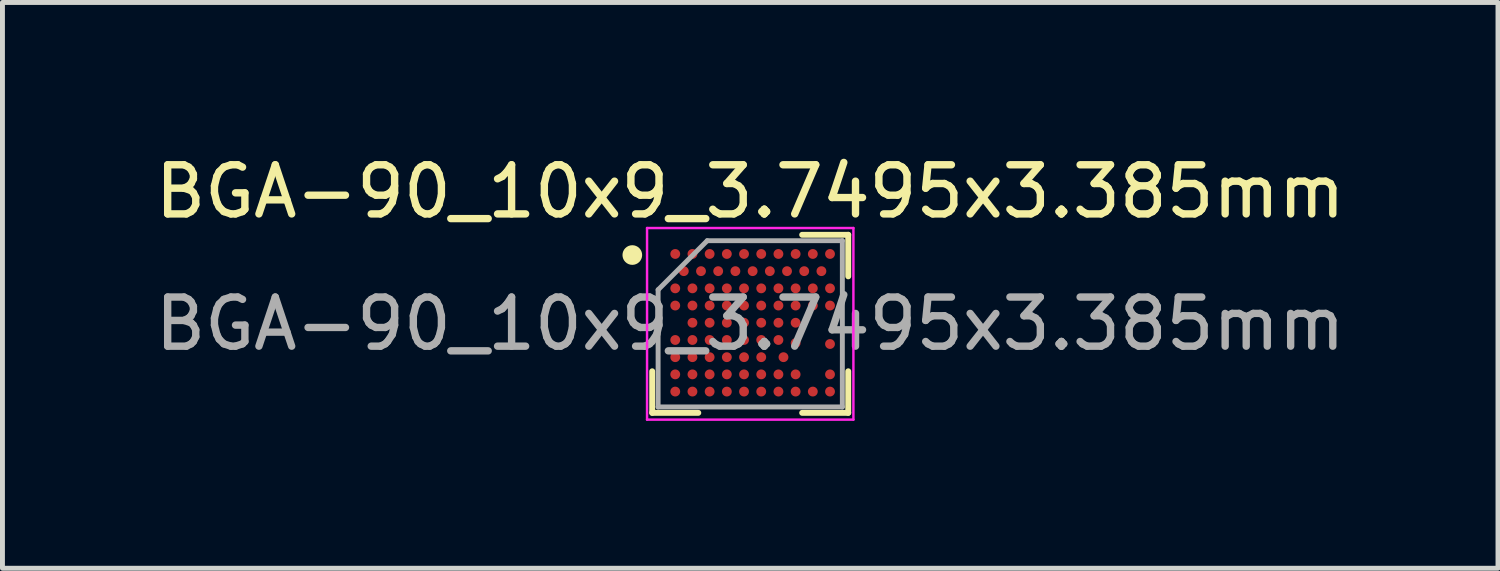
<source format=kicad_pcb>
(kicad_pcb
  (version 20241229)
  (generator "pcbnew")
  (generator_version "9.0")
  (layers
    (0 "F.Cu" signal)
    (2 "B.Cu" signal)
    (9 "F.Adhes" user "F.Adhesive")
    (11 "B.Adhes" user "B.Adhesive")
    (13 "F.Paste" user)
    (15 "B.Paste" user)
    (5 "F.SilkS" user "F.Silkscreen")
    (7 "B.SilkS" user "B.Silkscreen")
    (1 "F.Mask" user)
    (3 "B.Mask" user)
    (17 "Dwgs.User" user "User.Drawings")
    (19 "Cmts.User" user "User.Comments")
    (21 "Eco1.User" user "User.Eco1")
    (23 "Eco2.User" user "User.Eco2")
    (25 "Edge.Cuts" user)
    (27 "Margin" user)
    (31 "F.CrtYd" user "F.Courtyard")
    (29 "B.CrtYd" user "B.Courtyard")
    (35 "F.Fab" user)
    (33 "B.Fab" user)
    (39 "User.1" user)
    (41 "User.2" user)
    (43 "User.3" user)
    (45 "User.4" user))
  (footprint "BGA-90_10x9_3.7495x3.385mm"
    (layer "F.Cu")
    (at 12.22 3.541)
    (property "Reference" "BGA-90_10x9_3.7495x3.385mm" (at 0 -2.692 0) (layer "F.SilkS") (effects (font (size 1 1) (thickness 0.15))))
    (attr smd)
    (fp_line (start -1.995 1.812) (end -1.995 0.966) (stroke (width 0.12) (type default)) (layer "F.SilkS"))
    (fp_line (start -1.057 1.812) (end -1.995 1.812) (stroke (width 0.12) (type default)) (layer "F.SilkS"))
    (fp_line (start 1.057 -1.812) (end 1.995 -1.812) (stroke (width 0.12) (type default)) (layer "F.SilkS"))
    (fp_line (start 1.057 1.812) (end 1.995 1.812) (stroke (width 0.12) (type default)) (layer "F.SilkS"))
    (fp_line (start 1.995 -1.812) (end 1.995 -0.966) (stroke (width 0.12) (type default)) (layer "F.SilkS"))
    (fp_line (start 1.995 1.812) (end 1.995 0.966) (stroke (width 0.12) (type default)) (layer "F.SilkS"))
    (fp_circle (center -2.4 -1.4) (end -2.4 -1.3) (stroke (width 0.2) (type default)) (fill no) (layer "F.SilkS"))
    (fp_line (start -2.1 -1.95) (end 2.1 -1.95) (stroke (width 0.05) (type default)) (layer "F.CrtYd"))
    (fp_line (start -2.1 1.95) (end -2.1 -1.95) (stroke (width 0.05) (type default)) (layer "F.CrtYd"))
    (fp_line (start 2.1 -1.95) (end 2.1 1.95) (stroke (width 0.05) (type default)) (layer "F.CrtYd"))
    (fp_line (start 2.1 1.95) (end -2.1 1.95) (stroke (width 0.05) (type default)) (layer "F.CrtYd"))
    (fp_line (start -1.875 -0.693) (end -1.875 1.692) (stroke (width 0.1) (type default)) (layer "F.Fab"))
    (fp_line (start -1.875 1.692) (end 1.875 1.692) (stroke (width 0.1) (type default)) (layer "F.Fab"))
    (fp_line (start -0.875 -1.692) (end -1.875 -0.693) (stroke (width 0.1) (type default)) (layer "F.Fab"))
    (fp_line (start 1.875 -1.692) (end -0.875 -1.692) (stroke (width 0.1) (type default)) (layer "F.Fab"))
    (fp_line (start 1.875 1.692) (end 1.875 -1.692) (stroke (width 0.1) (type default)) (layer "F.Fab"))
    (fp_text user "${REFERENCE}" (at 0 0 0) (layer "F.Fab") (effects (font (size 1 1) (thickness 0.15))))
    (pad "A1" smd circle (at -1.526 -1.422) (size 0.2 0.2) (layers "F.Cu" "F.Mask" "F.Paste"))
    (pad "A3" smd circle (at -1.176 -1.422) (size 0.2 0.2) (layers "F.Cu" "F.Mask" "F.Paste"))
    (pad "A5" smd circle (at -0.826 -1.422) (size 0.2 0.2) (layers "F.Cu" "F.Mask" "F.Paste"))
    (pad "A7" smd circle (at -0.476 -1.422) (size 0.2 0.2) (layers "F.Cu" "F.Mask" "F.Paste"))
    (pad "A9" smd circle (at -0.126 -1.422) (size 0.2 0.2) (layers "F.Cu" "F.Mask" "F.Paste"))
    (pad "A11" smd circle (at 0.224 -1.422) (size 0.2 0.2) (layers "F.Cu" "F.Mask" "F.Paste"))
    (pad "A13" smd circle (at 0.574 -1.422) (size 0.2 0.2) (layers "F.Cu" "F.Mask" "F.Paste"))
    (pad "A16" smd circle (at 0.924 -1.422) (size 0.2 0.2) (layers "F.Cu" "F.Mask" "F.Paste"))
    (pad "A18" smd circle (at 1.274 -1.422) (size 0.2 0.2) (layers "F.Cu" "F.Mask" "F.Paste"))
    (pad "A20" smd circle (at 1.624 -1.422) (size 0.2 0.2) (layers "F.Cu" "F.Mask" "F.Paste"))
    (pad "B2" smd circle (at -1.352 -1.072) (size 0.2 0.2) (layers "F.Cu" "F.Mask" "F.Paste"))
    (pad "B4" smd circle (at -1.002 -1.072) (size 0.2 0.2) (layers "F.Cu" "F.Mask" "F.Paste"))
    (pad "B6" smd circle (at -0.652 -1.072) (size 0.2 0.2) (layers "F.Cu" "F.Mask" "F.Paste"))
    (pad "B8" smd circle (at -0.302 -1.072) (size 0.2 0.2) (layers "F.Cu" "F.Mask" "F.Paste"))
    (pad "B10" smd circle (at 0.049 -1.072) (size 0.2 0.2) (layers "F.Cu" "F.Mask" "F.Paste"))
    (pad "B12" smd circle (at 0.399 -1.072) (size 0.2 0.2) (layers "F.Cu" "F.Mask" "F.Paste"))
    (pad "B15" smd circle (at 0.749 -1.072) (size 0.2 0.2) (layers "F.Cu" "F.Mask" "F.Paste"))
    (pad "B17" smd circle (at 1.099 -1.072) (size 0.2 0.2) (layers "F.Cu" "F.Mask" "F.Paste"))
    (pad "B19" smd circle (at 1.449 -1.072) (size 0.2 0.2) (layers "F.Cu" "F.Mask" "F.Paste"))
    (pad "C1" smd circle (at -1.526 -0.722) (size 0.2 0.2) (layers "F.Cu" "F.Mask" "F.Paste"))
    (pad "C3" smd circle (at -1.176 -0.722) (size 0.2 0.2) (layers "F.Cu" "F.Mask" "F.Paste"))
    (pad "C5" smd circle (at -0.826 -0.722) (size 0.2 0.2) (layers "F.Cu" "F.Mask" "F.Paste"))
    (pad "C7" smd circle (at -0.476 -0.722) (size 0.2 0.2) (layers "F.Cu" "F.Mask" "F.Paste"))
    (pad "C9" smd circle (at -0.126 -0.722) (size 0.2 0.2) (layers "F.Cu" "F.Mask" "F.Paste"))
    (pad "C11" smd circle (at 0.224 -0.722) (size 0.2 0.2) (layers "F.Cu" "F.Mask" "F.Paste"))
    (pad "C13" smd circle (at 0.574 -0.722) (size 0.2 0.2) (layers "F.Cu" "F.Mask" "F.Paste"))
    (pad "C16" smd circle (at 0.924 -0.722) (size 0.2 0.2) (layers "F.Cu" "F.Mask" "F.Paste"))
    (pad "C18" smd circle (at 1.274 -0.722) (size 0.2 0.2) (layers "F.Cu" "F.Mask" "F.Paste"))
    (pad "C20" smd circle (at 1.624 -0.722) (size 0.2 0.2) (layers "F.Cu" "F.Mask" "F.Paste"))
    (pad "D1" smd circle (at -1.526 -0.372) (size 0.2 0.2) (layers "F.Cu" "F.Mask" "F.Paste"))
    (pad "D3" smd circle (at -1.176 -0.372) (size 0.2 0.2) (layers "F.Cu" "F.Mask" "F.Paste"))
    (pad "D5" smd circle (at -0.826 -0.372) (size 0.2 0.2) (layers "F.Cu" "F.Mask" "F.Paste"))
    (pad "D7" smd circle (at -0.476 -0.372) (size 0.2 0.2) (layers "F.Cu" "F.Mask" "F.Paste"))
    (pad "D9" smd circle (at -0.126 -0.372) (size 0.2 0.2) (layers "F.Cu" "F.Mask" "F.Paste"))
    (pad "D11" smd circle (at 0.224 -0.372) (size 0.2 0.2) (layers "F.Cu" "F.Mask" "F.Paste"))
    (pad "D13" smd circle (at 0.574 -0.372) (size 0.2 0.2) (layers "F.Cu" "F.Mask" "F.Paste"))
    (pad "D16" smd circle (at 0.924 -0.372) (size 0.2 0.2) (layers "F.Cu" "F.Mask" "F.Paste"))
    (pad "D18" smd circle (at 1.274 -0.372) (size 0.2 0.2) (layers "F.Cu" "F.Mask" "F.Paste"))
    (pad "D20" smd circle (at 1.624 -0.372) (size 0.2 0.2) (layers "F.Cu" "F.Mask" "F.Paste"))
    (pad "E3" smd circle (at -1.176 -0.022) (size 0.2 0.2) (layers "F.Cu" "F.Mask" "F.Paste"))
    (pad "E5" smd circle (at -0.826 -0.022) (size 0.2 0.2) (layers "F.Cu" "F.Mask" "F.Paste"))
    (pad "E7" smd circle (at -0.476 -0.022) (size 0.2 0.2) (layers "F.Cu" "F.Mask" "F.Paste"))
    (pad "E9" smd circle (at -0.126 -0.022) (size 0.2 0.2) (layers "F.Cu" "F.Mask" "F.Paste"))
    (pad "E11" smd circle (at 0.224 -0.022) (size 0.2 0.2) (layers "F.Cu" "F.Mask" "F.Paste"))
    (pad "E13" smd circle (at 0.574 -0.022) (size 0.2 0.2) (layers "F.Cu" "F.Mask" "F.Paste"))
    (pad "E16" smd circle (at 0.924 -0.022) (size 0.2 0.2) (layers "F.Cu" "F.Mask" "F.Paste"))
    (pad "F1" smd circle (at -1.526 0.329) (size 0.2 0.2) (layers "F.Cu" "F.Mask" "F.Paste"))
    (pad "F3" smd circle (at -1.176 0.329) (size 0.2 0.2) (layers "F.Cu" "F.Mask" "F.Paste"))
    (pad "F5" smd circle (at -0.826 0.329) (size 0.2 0.2) (layers "F.Cu" "F.Mask" "F.Paste"))
    (pad "F7" smd circle (at -0.476 0.329) (size 0.2 0.2) (layers "F.Cu" "F.Mask" "F.Paste"))
    (pad "F9" smd circle (at -0.126 0.329) (size 0.2 0.2) (layers "F.Cu" "F.Mask" "F.Paste"))
    (pad "F11" smd circle (at 0.224 0.329) (size 0.2 0.2) (layers "F.Cu" "F.Mask" "F.Paste"))
    (pad "F13" smd circle (at 0.574 0.329) (size 0.2 0.2) (layers "F.Cu" "F.Mask" "F.Paste"))
    (pad "G16" smd circle (at 0.924 0.392) (size 0.2 0.2) (layers "F.Cu" "F.Mask" "F.Paste"))
    (pad "H20" smd circle (at 1.624 0.411) (size 0.2 0.2) (layers "F.Cu" "F.Mask" "F.Paste"))
    (pad "J1" smd circle (at -1.526 0.679) (size 0.2 0.2) (layers "F.Cu" "F.Mask" "F.Paste"))
    (pad "J3" smd circle (at -1.176 0.679) (size 0.2 0.2) (layers "F.Cu" "F.Mask" "F.Paste"))
    (pad "J5" smd circle (at -0.826 0.679) (size 0.2 0.2) (layers "F.Cu" "F.Mask" "F.Paste"))
    (pad "J7" smd circle (at -0.476 0.679) (size 0.2 0.2) (layers "F.Cu" "F.Mask" "F.Paste"))
    (pad "J9" smd circle (at -0.126 0.679) (size 0.2 0.2) (layers "F.Cu" "F.Mask" "F.Paste"))
    (pad "J11" smd circle (at 0.224 0.679) (size 0.2 0.2) (layers "F.Cu" "F.Mask" "F.Paste"))
    (pad "J14" smd circle (at 0.677 0.679) (size 0.2 0.2) (layers "F.Cu" "F.Mask" "F.Paste"))
    (pad "K1" smd circle (at -1.526 1.029) (size 0.2 0.2) (layers "F.Cu" "F.Mask" "F.Paste"))
    (pad "K3" smd circle (at -1.176 1.029) (size 0.2 0.2) (layers "F.Cu" "F.Mask" "F.Paste"))
    (pad "K5" smd circle (at -0.826 1.029) (size 0.2 0.2) (layers "F.Cu" "F.Mask" "F.Paste"))
    (pad "K7" smd circle (at -0.476 1.029) (size 0.2 0.2) (layers "F.Cu" "F.Mask" "F.Paste"))
    (pad "K9" smd circle (at -0.126 1.029) (size 0.2 0.2) (layers "F.Cu" "F.Mask" "F.Paste"))
    (pad "K11" smd circle (at 0.224 1.029) (size 0.2 0.2) (layers "F.Cu" "F.Mask" "F.Paste"))
    (pad "K13" smd circle (at 0.574 1.029) (size 0.2 0.2) (layers "F.Cu" "F.Mask" "F.Paste"))
    (pad "K16" smd circle (at 0.924 1.029) (size 0.2 0.2) (layers "F.Cu" "F.Mask" "F.Paste"))
    (pad "K20" smd circle (at 1.624 1.029) (size 0.2 0.2) (layers "F.Cu" "F.Mask" "F.Paste"))
    (pad "L1" smd circle (at -1.526 1.379) (size 0.2 0.2) (layers "F.Cu" "F.Mask" "F.Paste"))
    (pad "L3" smd circle (at -1.176 1.379) (size 0.2 0.2) (layers "F.Cu" "F.Mask" "F.Paste"))
    (pad "L5" smd circle (at -0.826 1.379) (size 0.2 0.2) (layers "F.Cu" "F.Mask" "F.Paste"))
    (pad "L7" smd circle (at -0.476 1.379) (size 0.2 0.2) (layers "F.Cu" "F.Mask" "F.Paste"))
    (pad "L9" smd circle (at -0.126 1.379) (size 0.2 0.2) (layers "F.Cu" "F.Mask" "F.Paste"))
    (pad "L11" smd circle (at 0.224 1.379) (size 0.2 0.2) (layers "F.Cu" "F.Mask" "F.Paste"))
    (pad "L13" smd circle (at 0.574 1.379) (size 0.2 0.2) (layers "F.Cu" "F.Mask" "F.Paste"))
    (pad "L16" smd circle (at 0.924 1.379) (size 0.2 0.2) (layers "F.Cu" "F.Mask" "F.Paste"))
    (pad "L18" smd circle (at 1.274 1.379) (size 0.2 0.2) (layers "F.Cu" "F.Mask" "F.Paste"))
    (pad "L20" smd circle (at 1.624 1.379) (size 0.2 0.2) (layers "F.Cu" "F.Mask" "F.Paste")))
  (gr_rect
    (start -3 -3)
    (end 27.44 8.516)
    (stroke (width 0.1) (type default))
    (fill no)
    (layer "Edge.Cuts")))
</source>
